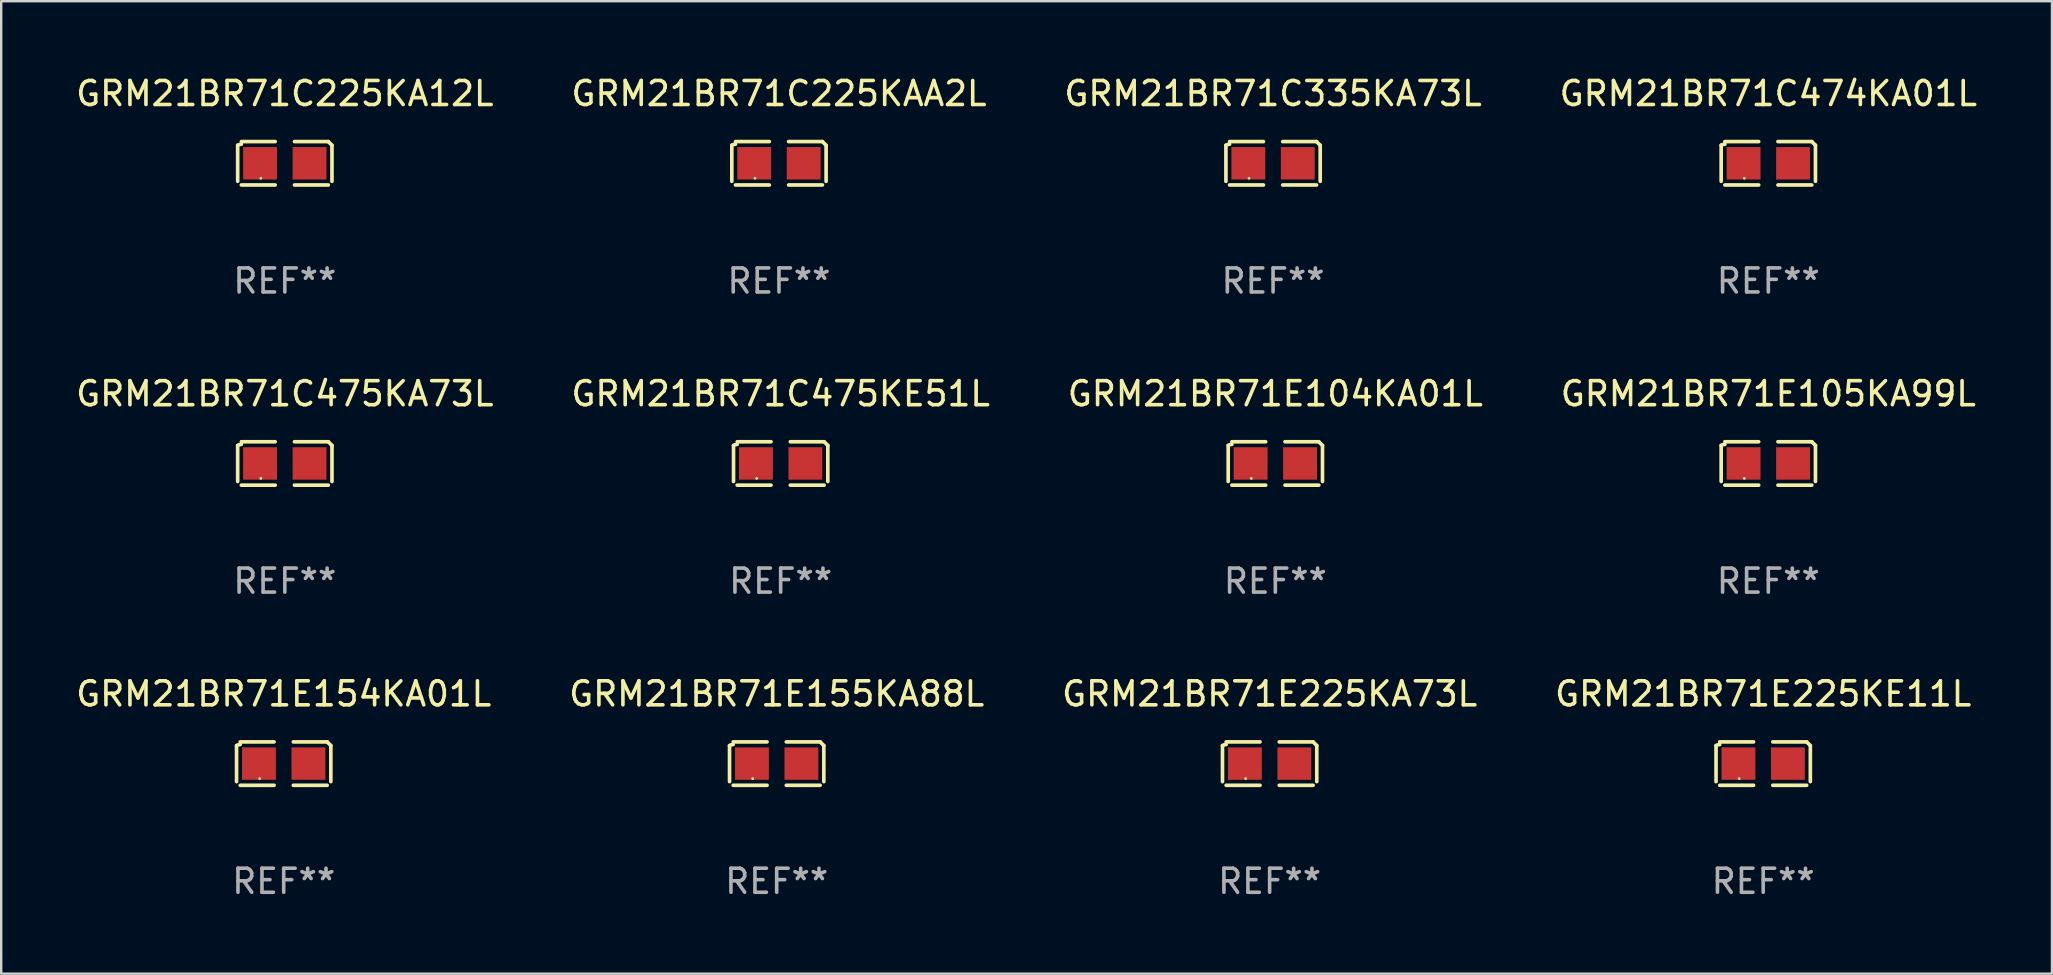
<source format=kicad_pcb>
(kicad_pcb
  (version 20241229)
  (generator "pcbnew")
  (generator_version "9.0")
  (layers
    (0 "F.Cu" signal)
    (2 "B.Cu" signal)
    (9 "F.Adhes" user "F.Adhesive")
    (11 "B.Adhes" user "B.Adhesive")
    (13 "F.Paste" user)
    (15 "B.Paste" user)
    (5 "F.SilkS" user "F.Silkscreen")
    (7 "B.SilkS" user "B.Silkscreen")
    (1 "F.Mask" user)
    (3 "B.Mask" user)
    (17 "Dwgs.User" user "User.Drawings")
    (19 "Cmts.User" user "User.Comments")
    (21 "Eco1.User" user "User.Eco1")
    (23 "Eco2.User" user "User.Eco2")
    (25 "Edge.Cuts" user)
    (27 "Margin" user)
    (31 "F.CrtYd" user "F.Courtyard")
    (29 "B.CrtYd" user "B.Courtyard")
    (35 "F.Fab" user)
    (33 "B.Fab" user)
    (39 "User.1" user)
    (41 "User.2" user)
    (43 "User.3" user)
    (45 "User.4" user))
  (footprint "GRM21BR71E225KE11L"
    (layer "F.Cu")
    (at 70.399 28.759)
    (property "Reference" "GRM21BR71E225KE11L" (at 0 -2.904 0) (layer "F.SilkS") (effects (font (size 1 1) (thickness 0.15))))
    (attr through_hole)
    (fp_line (start -1.964 0.751) (end -1.964 -0.751) (stroke (width 0.152) (type solid)) (layer "F.SilkS"))
    (fp_line (start -1.811 -0.904) (end -0.401 -0.904) (stroke (width 0.152) (type solid)) (layer "F.SilkS"))
    (fp_line (start -0.401 0.904) (end -1.811 0.904) (stroke (width 0.152) (type solid)) (layer "F.SilkS"))
    (fp_line (start 0.401 0.904) (end 1.811 0.904) (stroke (width 0.152) (type solid)) (layer "F.SilkS"))
    (fp_line (start 1.811 -0.904) (end 0.401 -0.904) (stroke (width 0.152) (type solid)) (layer "F.SilkS"))
    (fp_line (start 1.964 0.751) (end 1.964 -0.751) (stroke (width 0.152) (type solid)) (layer "F.SilkS"))
    (fp_arc (start -1.963602 -0.751207) (mid -1.890354 -0.783131) (end -1.811201 -0.794044) (stroke (width 0.1524) (type solid)) (layer "F.SilkS"))
    (fp_arc (start 1.811202 -0.903607) (mid 1.887413 -0.827418) (end 1.963602 -0.751207) (stroke (width 0.1524) (type solid)) (layer "F.SilkS"))
    (fp_circle (center -1 0.625) (end -0.97 0.625) (stroke (width 0.06) (type solid)) (fill no) (layer "F.SilkS"))
    (fp_text user "REF**" (at 0 4.904 0) (layer "F.Fab") (effects (font (size 1 1) (thickness 0.15))))
    (pad "1" smd rect (at -1.03 0) (size 1.41 1.35) (layers "F.Cu" "F.Mask" "F.Paste"))
    (pad "2" smd rect (at 1.03 0) (size 1.41 1.35) (layers "F.Cu" "F.Mask" "F.Paste")))
  (footprint "GRM21BR71E155KA88L"
    (layer "F.Cu")
    (at 29.304 28.759)
    (property "Reference" "GRM21BR71E155KA88L" (at 0 -2.904 0) (layer "F.SilkS") (effects (font (size 1 1) (thickness 0.15))))
    (attr through_hole)
    (fp_line (start -1.964 0.751) (end -1.964 -0.751) (stroke (width 0.152) (type solid)) (layer "F.SilkS"))
    (fp_line (start -1.811 -0.904) (end -0.401 -0.904) (stroke (width 0.152) (type solid)) (layer "F.SilkS"))
    (fp_line (start -0.401 0.904) (end -1.811 0.904) (stroke (width 0.152) (type solid)) (layer "F.SilkS"))
    (fp_line (start 0.401 0.904) (end 1.811 0.904) (stroke (width 0.152) (type solid)) (layer "F.SilkS"))
    (fp_line (start 1.811 -0.904) (end 0.401 -0.904) (stroke (width 0.152) (type solid)) (layer "F.SilkS"))
    (fp_line (start 1.964 0.751) (end 1.964 -0.751) (stroke (width 0.152) (type solid)) (layer "F.SilkS"))
    (fp_arc (start -1.963602 -0.751207) (mid -1.890354 -0.783131) (end -1.811201 -0.794044) (stroke (width 0.1524) (type solid)) (layer "F.SilkS"))
    (fp_arc (start 1.811202 -0.903607) (mid 1.887413 -0.827418) (end 1.963602 -0.751207) (stroke (width 0.1524) (type solid)) (layer "F.SilkS"))
    (fp_circle (center -1 0.625) (end -0.97 0.625) (stroke (width 0.06) (type solid)) (fill no) (layer "F.SilkS"))
    (fp_text user "REF**" (at 0 4.904 0) (layer "F.Fab") (effects (font (size 1 1) (thickness 0.15))))
    (pad "1" smd rect (at -1.03 0) (size 1.41 1.35) (layers "F.Cu" "F.Mask" "F.Paste"))
    (pad "2" smd rect (at 1.03 0) (size 1.41 1.35) (layers "F.Cu" "F.Mask" "F.Paste")))
  (footprint "GRM21BR71E154KA01L"
    (layer "F.Cu")
    (at 8.768 28.759)
    (property "Reference" "GRM21BR71E154KA01L" (at 0 -2.904 0) (layer "F.SilkS") (effects (font (size 1 1) (thickness 0.15))))
    (attr through_hole)
    (fp_line (start -1.964 0.751) (end -1.964 -0.751) (stroke (width 0.152) (type solid)) (layer "F.SilkS"))
    (fp_line (start -1.811 -0.904) (end -0.401 -0.904) (stroke (width 0.152) (type solid)) (layer "F.SilkS"))
    (fp_line (start -0.401 0.904) (end -1.811 0.904) (stroke (width 0.152) (type solid)) (layer "F.SilkS"))
    (fp_line (start 0.401 0.904) (end 1.811 0.904) (stroke (width 0.152) (type solid)) (layer "F.SilkS"))
    (fp_line (start 1.811 -0.904) (end 0.401 -0.904) (stroke (width 0.152) (type solid)) (layer "F.SilkS"))
    (fp_line (start 1.964 0.751) (end 1.964 -0.751) (stroke (width 0.152) (type solid)) (layer "F.SilkS"))
    (fp_arc (start -1.963602 -0.751207) (mid -1.890354 -0.783131) (end -1.811201 -0.794044) (stroke (width 0.1524) (type solid)) (layer "F.SilkS"))
    (fp_arc (start 1.811202 -0.903607) (mid 1.887413 -0.827418) (end 1.963602 -0.751207) (stroke (width 0.1524) (type solid)) (layer "F.SilkS"))
    (fp_circle (center -1 0.625) (end -0.97 0.625) (stroke (width 0.06) (type solid)) (fill no) (layer "F.SilkS"))
    (fp_text user "REF**" (at 0 4.904 0) (layer "F.Fab") (effects (font (size 1 1) (thickness 0.15))))
    (pad "1" smd rect (at -1.03 0) (size 1.41 1.35) (layers "F.Cu" "F.Mask" "F.Paste"))
    (pad "2" smd rect (at 1.03 0) (size 1.41 1.35) (layers "F.Cu" "F.Mask" "F.Paste")))
  (footprint "GRM21BR71C225KA12L"
    (layer "F.Cu")
    (at 8.815 3.752)
    (property "Reference" "GRM21BR71C225KA12L" (at 0 -2.904 0) (layer "F.SilkS") (effects (font (size 1 1) (thickness 0.15))))
    (attr through_hole)
    (fp_line (start -1.964 0.751) (end -1.964 -0.751) (stroke (width 0.152) (type solid)) (layer "F.SilkS"))
    (fp_line (start -1.811 -0.904) (end -0.401 -0.904) (stroke (width 0.152) (type solid)) (layer "F.SilkS"))
    (fp_line (start -0.401 0.904) (end -1.811 0.904) (stroke (width 0.152) (type solid)) (layer "F.SilkS"))
    (fp_line (start 0.401 0.904) (end 1.811 0.904) (stroke (width 0.152) (type solid)) (layer "F.SilkS"))
    (fp_line (start 1.811 -0.904) (end 0.401 -0.904) (stroke (width 0.152) (type solid)) (layer "F.SilkS"))
    (fp_line (start 1.964 0.751) (end 1.964 -0.751) (stroke (width 0.152) (type solid)) (layer "F.SilkS"))
    (fp_arc (start -1.963602 -0.751207) (mid -1.890354 -0.783131) (end -1.811201 -0.794044) (stroke (width 0.1524) (type solid)) (layer "F.SilkS"))
    (fp_arc (start 1.811202 -0.903607) (mid 1.887413 -0.827418) (end 1.963602 -0.751207) (stroke (width 0.1524) (type solid)) (layer "F.SilkS"))
    (fp_circle (center -1 0.625) (end -0.97 0.625) (stroke (width 0.06) (type solid)) (fill no) (layer "F.SilkS"))
    (fp_text user "REF**" (at 0 4.904 0) (layer "F.Fab") (effects (font (size 1 1) (thickness 0.15))))
    (pad "1" smd rect (at -1.03 0) (size 1.41 1.35) (layers "F.Cu" "F.Mask" "F.Paste"))
    (pad "2" smd rect (at 1.03 0) (size 1.41 1.35) (layers "F.Cu" "F.Mask" "F.Paste")))
  (footprint "GRM21BR71C475KE51L"
    (layer "F.Cu")
    (at 29.47 16.256)
    (property "Reference" "GRM21BR71C475KE51L" (at 0 -2.904 0) (layer "F.SilkS") (effects (font (size 1 1) (thickness 0.15))))
    (attr through_hole)
    (fp_line (start -1.964 0.751) (end -1.964 -0.751) (stroke (width 0.152) (type solid)) (layer "F.SilkS"))
    (fp_line (start -1.811 -0.904) (end -0.401 -0.904) (stroke (width 0.152) (type solid)) (layer "F.SilkS"))
    (fp_line (start -0.401 0.904) (end -1.811 0.904) (stroke (width 0.152) (type solid)) (layer "F.SilkS"))
    (fp_line (start 0.401 0.904) (end 1.811 0.904) (stroke (width 0.152) (type solid)) (layer "F.SilkS"))
    (fp_line (start 1.811 -0.904) (end 0.401 -0.904) (stroke (width 0.152) (type solid)) (layer "F.SilkS"))
    (fp_line (start 1.964 0.751) (end 1.964 -0.751) (stroke (width 0.152) (type solid)) (layer "F.SilkS"))
    (fp_arc (start -1.963602 -0.751207) (mid -1.890354 -0.783131) (end -1.811201 -0.794044) (stroke (width 0.1524) (type solid)) (layer "F.SilkS"))
    (fp_arc (start 1.811202 -0.903607) (mid 1.887413 -0.827418) (end 1.963602 -0.751207) (stroke (width 0.1524) (type solid)) (layer "F.SilkS"))
    (fp_circle (center -1 0.625) (end -0.97 0.625) (stroke (width 0.06) (type solid)) (fill no) (layer "F.SilkS"))
    (fp_text user "REF**" (at 0 4.904 0) (layer "F.Fab") (effects (font (size 1 1) (thickness 0.15))))
    (pad "1" smd rect (at -1.03 0) (size 1.41 1.35) (layers "F.Cu" "F.Mask" "F.Paste"))
    (pad "2" smd rect (at 1.03 0) (size 1.41 1.35) (layers "F.Cu" "F.Mask" "F.Paste")))
  (footprint "GRM21BR71C225KAA2L"
    (layer "F.Cu")
    (at 29.399 3.752)
    (property "Reference" "GRM21BR71C225KAA2L" (at 0 -2.904 0) (layer "F.SilkS") (effects (font (size 1 1) (thickness 0.15))))
    (attr through_hole)
    (fp_line (start -1.964 0.751) (end -1.964 -0.751) (stroke (width 0.152) (type solid)) (layer "F.SilkS"))
    (fp_line (start -1.811 -0.904) (end -0.401 -0.904) (stroke (width 0.152) (type solid)) (layer "F.SilkS"))
    (fp_line (start -0.401 0.904) (end -1.811 0.904) (stroke (width 0.152) (type solid)) (layer "F.SilkS"))
    (fp_line (start 0.401 0.904) (end 1.811 0.904) (stroke (width 0.152) (type solid)) (layer "F.SilkS"))
    (fp_line (start 1.811 -0.904) (end 0.401 -0.904) (stroke (width 0.152) (type solid)) (layer "F.SilkS"))
    (fp_line (start 1.964 0.751) (end 1.964 -0.751) (stroke (width 0.152) (type solid)) (layer "F.SilkS"))
    (fp_arc (start -1.963602 -0.751207) (mid -1.890354 -0.783131) (end -1.811201 -0.794044) (stroke (width 0.1524) (type solid)) (layer "F.SilkS"))
    (fp_arc (start 1.811202 -0.903607) (mid 1.887413 -0.827418) (end 1.963602 -0.751207) (stroke (width 0.1524) (type solid)) (layer "F.SilkS"))
    (fp_circle (center -1 0.625) (end -0.97 0.625) (stroke (width 0.06) (type solid)) (fill no) (layer "F.SilkS"))
    (fp_text user "REF**" (at 0 4.904 0) (layer "F.Fab") (effects (font (size 1 1) (thickness 0.15))))
    (pad "1" smd rect (at -1.03 0) (size 1.41 1.35) (layers "F.Cu" "F.Mask" "F.Paste"))
    (pad "2" smd rect (at 1.03 0) (size 1.41 1.35) (layers "F.Cu" "F.Mask" "F.Paste")))
  (footprint "GRM21BR71E225KA73L"
    (layer "F.Cu")
    (at 49.839 28.759)
    (property "Reference" "GRM21BR71E225KA73L" (at 0 -2.904 0) (layer "F.SilkS") (effects (font (size 1 1) (thickness 0.15))))
    (attr through_hole)
    (fp_line (start -1.964 0.751) (end -1.964 -0.751) (stroke (width 0.152) (type solid)) (layer "F.SilkS"))
    (fp_line (start -1.811 -0.904) (end -0.401 -0.904) (stroke (width 0.152) (type solid)) (layer "F.SilkS"))
    (fp_line (start -0.401 0.904) (end -1.811 0.904) (stroke (width 0.152) (type solid)) (layer "F.SilkS"))
    (fp_line (start 0.401 0.904) (end 1.811 0.904) (stroke (width 0.152) (type solid)) (layer "F.SilkS"))
    (fp_line (start 1.811 -0.904) (end 0.401 -0.904) (stroke (width 0.152) (type solid)) (layer "F.SilkS"))
    (fp_line (start 1.964 0.751) (end 1.964 -0.751) (stroke (width 0.152) (type solid)) (layer "F.SilkS"))
    (fp_arc (start -1.963602 -0.751207) (mid -1.890354 -0.783131) (end -1.811201 -0.794044) (stroke (width 0.1524) (type solid)) (layer "F.SilkS"))
    (fp_arc (start 1.811202 -0.903607) (mid 1.887413 -0.827418) (end 1.963602 -0.751207) (stroke (width 0.1524) (type solid)) (layer "F.SilkS"))
    (fp_circle (center -1 0.625) (end -0.97 0.625) (stroke (width 0.06) (type solid)) (fill no) (layer "F.SilkS"))
    (fp_text user "REF**" (at 0 4.904 0) (layer "F.Fab") (effects (font (size 1 1) (thickness 0.15))))
    (pad "1" smd rect (at -1.03 0) (size 1.41 1.35) (layers "F.Cu" "F.Mask" "F.Paste"))
    (pad "2" smd rect (at 1.03 0) (size 1.41 1.35) (layers "F.Cu" "F.Mask" "F.Paste")))
  (footprint "GRM21BR71C475KA73L"
    (layer "F.Cu")
    (at 8.815 16.256)
    (property "Reference" "GRM21BR71C475KA73L" (at 0 -2.904 0) (layer "F.SilkS") (effects (font (size 1 1) (thickness 0.15))))
    (attr through_hole)
    (fp_line (start -1.964 0.751) (end -1.964 -0.751) (stroke (width 0.152) (type solid)) (layer "F.SilkS"))
    (fp_line (start -1.811 -0.904) (end -0.401 -0.904) (stroke (width 0.152) (type solid)) (layer "F.SilkS"))
    (fp_line (start -0.401 0.904) (end -1.811 0.904) (stroke (width 0.152) (type solid)) (layer "F.SilkS"))
    (fp_line (start 0.401 0.904) (end 1.811 0.904) (stroke (width 0.152) (type solid)) (layer "F.SilkS"))
    (fp_line (start 1.811 -0.904) (end 0.401 -0.904) (stroke (width 0.152) (type solid)) (layer "F.SilkS"))
    (fp_line (start 1.964 0.751) (end 1.964 -0.751) (stroke (width 0.152) (type solid)) (layer "F.SilkS"))
    (fp_arc (start -1.963602 -0.751207) (mid -1.890354 -0.783131) (end -1.811201 -0.794044) (stroke (width 0.1524) (type solid)) (layer "F.SilkS"))
    (fp_arc (start 1.811202 -0.903607) (mid 1.887413 -0.827418) (end 1.963602 -0.751207) (stroke (width 0.1524) (type solid)) (layer "F.SilkS"))
    (fp_circle (center -1 0.625) (end -0.97 0.625) (stroke (width 0.06) (type solid)) (fill no) (layer "F.SilkS"))
    (fp_text user "REF**" (at 0 4.904 0) (layer "F.Fab") (effects (font (size 1 1) (thickness 0.15))))
    (pad "1" smd rect (at -1.03 0) (size 1.41 1.35) (layers "F.Cu" "F.Mask" "F.Paste"))
    (pad "2" smd rect (at 1.03 0) (size 1.41 1.35) (layers "F.Cu" "F.Mask" "F.Paste")))
  (footprint "GRM21BR71E104KA01L"
    (layer "F.Cu")
    (at 50.077 16.256)
    (property "Reference" "GRM21BR71E104KA01L" (at 0 -2.904 0) (layer "F.SilkS") (effects (font (size 1 1) (thickness 0.15))))
    (attr through_hole)
    (fp_line (start -1.964 0.751) (end -1.964 -0.751) (stroke (width 0.152) (type solid)) (layer "F.SilkS"))
    (fp_line (start -1.811 -0.904) (end -0.401 -0.904) (stroke (width 0.152) (type solid)) (layer "F.SilkS"))
    (fp_line (start -0.401 0.904) (end -1.811 0.904) (stroke (width 0.152) (type solid)) (layer "F.SilkS"))
    (fp_line (start 0.401 0.904) (end 1.811 0.904) (stroke (width 0.152) (type solid)) (layer "F.SilkS"))
    (fp_line (start 1.811 -0.904) (end 0.401 -0.904) (stroke (width 0.152) (type solid)) (layer "F.SilkS"))
    (fp_line (start 1.964 0.751) (end 1.964 -0.751) (stroke (width 0.152) (type solid)) (layer "F.SilkS"))
    (fp_arc (start -1.963602 -0.751207) (mid -1.890354 -0.783131) (end -1.811201 -0.794044) (stroke (width 0.1524) (type solid)) (layer "F.SilkS"))
    (fp_arc (start 1.811202 -0.903607) (mid 1.887413 -0.827418) (end 1.963602 -0.751207) (stroke (width 0.1524) (type solid)) (layer "F.SilkS"))
    (fp_circle (center -1 0.625) (end -0.97 0.625) (stroke (width 0.06) (type solid)) (fill no) (layer "F.SilkS"))
    (fp_text user "REF**" (at 0 4.904 0) (layer "F.Fab") (effects (font (size 1 1) (thickness 0.15))))
    (pad "1" smd rect (at -1.03 0) (size 1.41 1.35) (layers "F.Cu" "F.Mask" "F.Paste"))
    (pad "2" smd rect (at 1.03 0) (size 1.41 1.35) (layers "F.Cu" "F.Mask" "F.Paste")))
  (footprint "GRM21BR71C474KA01L"
    (layer "F.Cu")
    (at 70.613 3.752)
    (property "Reference" "GRM21BR71C474KA01L" (at 0 -2.904 0) (layer "F.SilkS") (effects (font (size 1 1) (thickness 0.15))))
    (attr through_hole)
    (fp_line (start -1.964 0.751) (end -1.964 -0.751) (stroke (width 0.152) (type solid)) (layer "F.SilkS"))
    (fp_line (start -1.811 -0.904) (end -0.401 -0.904) (stroke (width 0.152) (type solid)) (layer "F.SilkS"))
    (fp_line (start -0.401 0.904) (end -1.811 0.904) (stroke (width 0.152) (type solid)) (layer "F.SilkS"))
    (fp_line (start 0.401 0.904) (end 1.811 0.904) (stroke (width 0.152) (type solid)) (layer "F.SilkS"))
    (fp_line (start 1.811 -0.904) (end 0.401 -0.904) (stroke (width 0.152) (type solid)) (layer "F.SilkS"))
    (fp_line (start 1.964 0.751) (end 1.964 -0.751) (stroke (width 0.152) (type solid)) (layer "F.SilkS"))
    (fp_arc (start -1.963602 -0.751207) (mid -1.890354 -0.783131) (end -1.811201 -0.794044) (stroke (width 0.1524) (type solid)) (layer "F.SilkS"))
    (fp_arc (start 1.811202 -0.903607) (mid 1.887413 -0.827418) (end 1.963602 -0.751207) (stroke (width 0.1524) (type solid)) (layer "F.SilkS"))
    (fp_circle (center -1 0.625) (end -0.97 0.625) (stroke (width 0.06) (type solid)) (fill no) (layer "F.SilkS"))
    (fp_text user "REF**" (at 0 4.904 0) (layer "F.Fab") (effects (font (size 1 1) (thickness 0.15))))
    (pad "1" smd rect (at -1.03 0) (size 1.41 1.35) (layers "F.Cu" "F.Mask" "F.Paste"))
    (pad "2" smd rect (at 1.03 0) (size 1.41 1.35) (layers "F.Cu" "F.Mask" "F.Paste")))
  (footprint "GRM21BR71C335KA73L"
    (layer "F.Cu")
    (at 49.982 3.752)
    (property "Reference" "GRM21BR71C335KA73L" (at 0 -2.904 0) (layer "F.SilkS") (effects (font (size 1 1) (thickness 0.15))))
    (attr through_hole)
    (fp_line (start -1.964 0.751) (end -1.964 -0.751) (stroke (width 0.152) (type solid)) (layer "F.SilkS"))
    (fp_line (start -1.811 -0.904) (end -0.401 -0.904) (stroke (width 0.152) (type solid)) (layer "F.SilkS"))
    (fp_line (start -0.401 0.904) (end -1.811 0.904) (stroke (width 0.152) (type solid)) (layer "F.SilkS"))
    (fp_line (start 0.401 0.904) (end 1.811 0.904) (stroke (width 0.152) (type solid)) (layer "F.SilkS"))
    (fp_line (start 1.811 -0.904) (end 0.401 -0.904) (stroke (width 0.152) (type solid)) (layer "F.SilkS"))
    (fp_line (start 1.964 0.751) (end 1.964 -0.751) (stroke (width 0.152) (type solid)) (layer "F.SilkS"))
    (fp_arc (start -1.963602 -0.751207) (mid -1.890354 -0.783131) (end -1.811201 -0.794044) (stroke (width 0.1524) (type solid)) (layer "F.SilkS"))
    (fp_arc (start 1.811202 -0.903607) (mid 1.887413 -0.827418) (end 1.963602 -0.751207) (stroke (width 0.1524) (type solid)) (layer "F.SilkS"))
    (fp_circle (center -1 0.625) (end -0.97 0.625) (stroke (width 0.06) (type solid)) (fill no) (layer "F.SilkS"))
    (fp_text user "REF**" (at 0 4.904 0) (layer "F.Fab") (effects (font (size 1 1) (thickness 0.15))))
    (pad "1" smd rect (at -1.03 0) (size 1.41 1.35) (layers "F.Cu" "F.Mask" "F.Paste"))
    (pad "2" smd rect (at 1.03 0) (size 1.41 1.35) (layers "F.Cu" "F.Mask" "F.Paste")))
  (footprint "GRM21BR71E105KA99L"
    (layer "F.Cu")
    (at 70.613 16.256)
    (property "Reference" "GRM21BR71E105KA99L" (at 0 -2.904 0) (layer "F.SilkS") (effects (font (size 1 1) (thickness 0.15))))
    (attr through_hole)
    (fp_line (start -1.964 0.751) (end -1.964 -0.751) (stroke (width 0.152) (type solid)) (layer "F.SilkS"))
    (fp_line (start -1.811 -0.904) (end -0.401 -0.904) (stroke (width 0.152) (type solid)) (layer "F.SilkS"))
    (fp_line (start -0.401 0.904) (end -1.811 0.904) (stroke (width 0.152) (type solid)) (layer "F.SilkS"))
    (fp_line (start 0.401 0.904) (end 1.811 0.904) (stroke (width 0.152) (type solid)) (layer "F.SilkS"))
    (fp_line (start 1.811 -0.904) (end 0.401 -0.904) (stroke (width 0.152) (type solid)) (layer "F.SilkS"))
    (fp_line (start 1.964 0.751) (end 1.964 -0.751) (stroke (width 0.152) (type solid)) (layer "F.SilkS"))
    (fp_arc (start -1.963602 -0.751207) (mid -1.890354 -0.783131) (end -1.811201 -0.794044) (stroke (width 0.1524) (type solid)) (layer "F.SilkS"))
    (fp_arc (start 1.811202 -0.903607) (mid 1.887413 -0.827418) (end 1.963602 -0.751207) (stroke (width 0.1524) (type solid)) (layer "F.SilkS"))
    (fp_circle (center -1 0.625) (end -0.97 0.625) (stroke (width 0.06) (type solid)) (fill no) (layer "F.SilkS"))
    (fp_text user "REF**" (at 0 4.904 0) (layer "F.Fab") (effects (font (size 1 1) (thickness 0.15))))
    (pad "1" smd rect (at -1.03 0) (size 1.41 1.35) (layers "F.Cu" "F.Mask" "F.Paste"))
    (pad "2" smd rect (at 1.03 0) (size 1.41 1.35) (layers "F.Cu" "F.Mask" "F.Paste")))
  (gr_rect
    (start -3 -3)
    (end 82.429 37.511)
    (stroke (width 0.1) (type default))
    (fill no)
    (layer "Edge.Cuts")))
</source>
